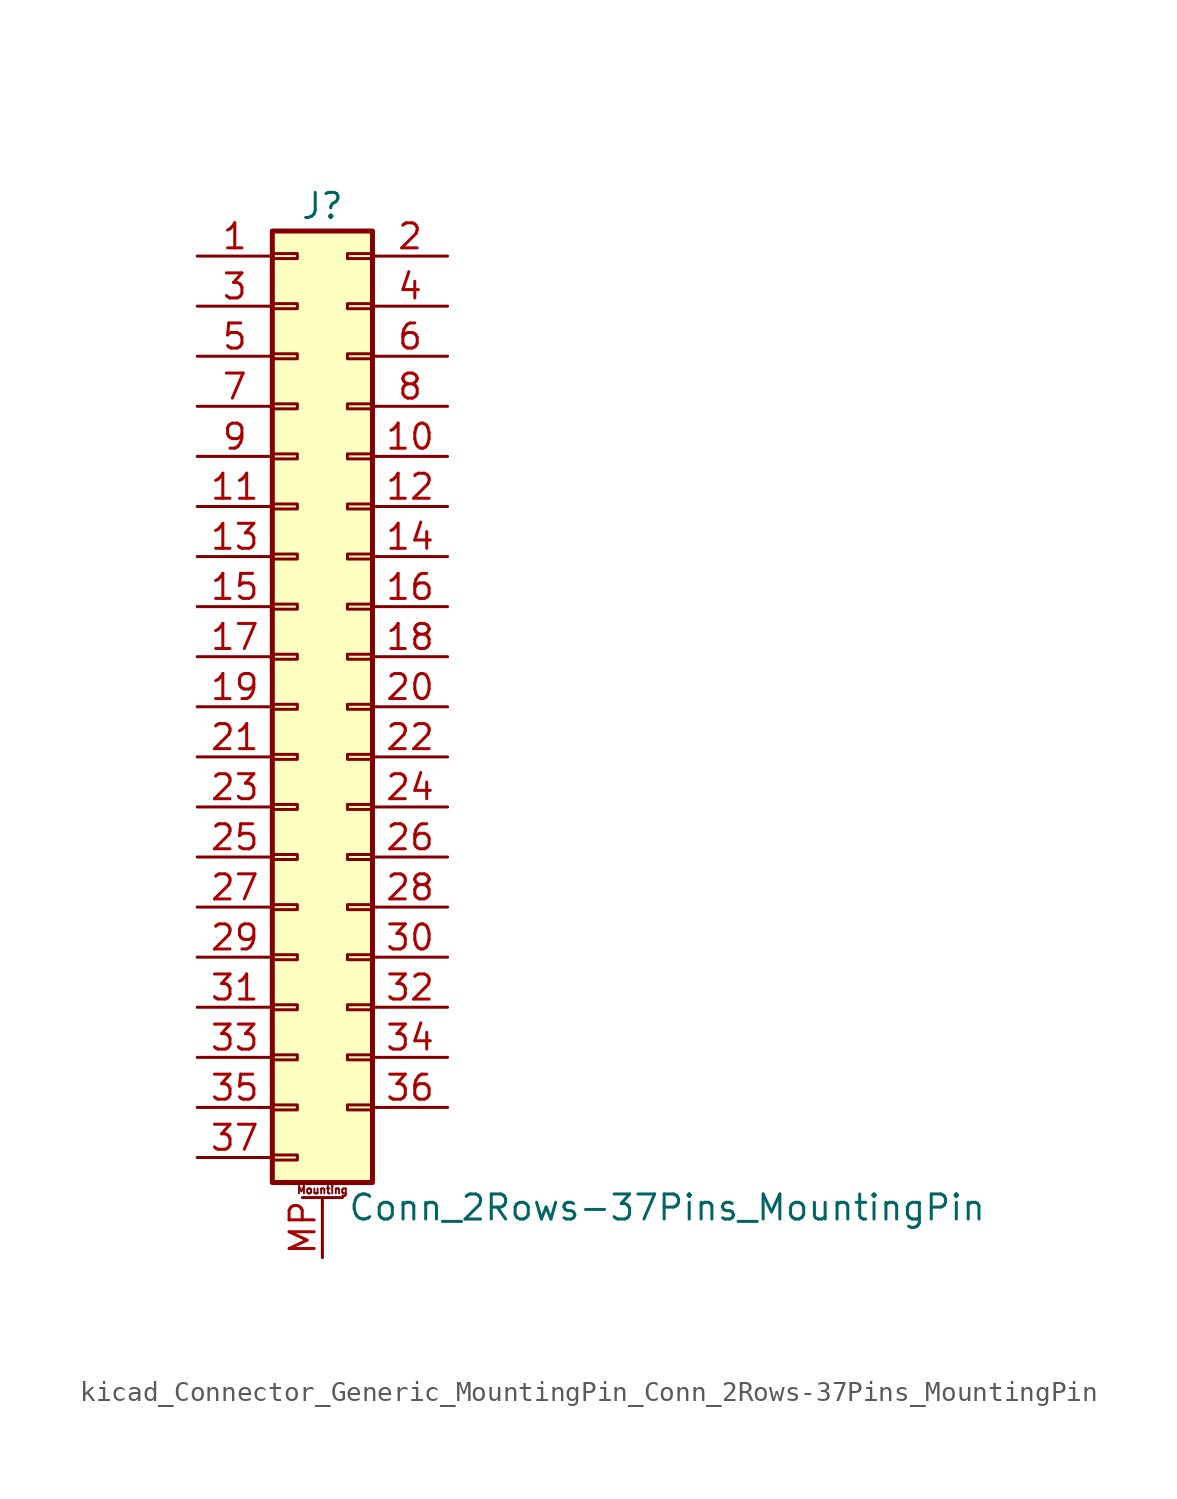
<source format=kicad_sym>
(kicad_symbol_lib
  (version 20220914)
  (generator kicad_symbol_editor)
  (symbol "kicad_Connector_Generic_MountingPin_Conn_2Rows-37Pins_MountingPin"
    (pin_names
      (offset 1.016) hide)
    (property "Reference" "J"
      (at 1.27 25.4 0)
      (effects (font (size 1.27 1.27))))
    (property "Value" "Conn_2Rows-37Pins_MountingPin"
      (at 2.54 -25.4 0)
      (effects (font (size 1.27 1.27)) (justify left)))
    (symbol "kicad_Connector_Generic_MountingPin_Conn_2Rows-37Pins_MountingPin_1_1"
      (rectangle (start -1.27 -22.733) (end 0 -22.987) (stroke (width 0.152) (type default)) (fill (type none)))
      (rectangle (start -1.27 -20.193) (end 0 -20.447) (stroke (width 0.152) (type default)) (fill (type none)))
      (rectangle (start -1.27 -17.653) (end 0 -17.907) (stroke (width 0.152) (type default)) (fill (type none)))
      (rectangle (start -1.27 -15.113) (end 0 -15.367) (stroke (width 0.152) (type default)) (fill (type none)))
      (rectangle (start -1.27 -12.573) (end 0 -12.827) (stroke (width 0.152) (type default)) (fill (type none)))
      (rectangle (start -1.27 -10.033) (end 0 -10.287) (stroke (width 0.152) (type default)) (fill (type none)))
      (rectangle (start -1.27 -7.493) (end 0 -7.747) (stroke (width 0.152) (type default)) (fill (type none)))
      (rectangle (start -1.27 -4.953) (end 0 -5.207) (stroke (width 0.152) (type default)) (fill (type none)))
      (rectangle (start -1.27 -2.413) (end 0 -2.667) (stroke (width 0.152) (type default)) (fill (type none)))
      (rectangle (start -1.27 0.127) (end 0 -0.127) (stroke (width 0.152) (type default)) (fill (type none)))
      (rectangle (start -1.27 2.667) (end 0 2.413) (stroke (width 0.152) (type default)) (fill (type none)))
      (rectangle (start -1.27 5.207) (end 0 4.953) (stroke (width 0.152) (type default)) (fill (type none)))
      (rectangle (start -1.27 7.747) (end 0 7.493) (stroke (width 0.152) (type default)) (fill (type none)))
      (rectangle (start -1.27 10.287) (end 0 10.033) (stroke (width 0.152) (type default)) (fill (type none)))
      (rectangle (start -1.27 12.827) (end 0 12.573) (stroke (width 0.152) (type default)) (fill (type none)))
      (rectangle (start -1.27 15.367) (end 0 15.113) (stroke (width 0.152) (type default)) (fill (type none)))
      (rectangle (start -1.27 17.907) (end 0 17.653) (stroke (width 0.152) (type default)) (fill (type none)))
      (rectangle (start -1.27 20.447) (end 0 20.193) (stroke (width 0.152) (type default)) (fill (type none)))
      (rectangle (start -1.27 22.987) (end 0 22.733) (stroke (width 0.152) (type default)) (fill (type none)))
      (rectangle (start -1.27 24.13) (end 3.81 -24.13) (stroke (width 0.254) (type default)) (fill (type background)))
      (polyline (pts (xy 0.254 -24.892) (xy 2.286 -24.892)) (stroke (width 0.152) (type default)) (fill (type none)))
      (rectangle (start 3.81 -20.193) (end 2.54 -20.447) (stroke (width 0.152) (type default)) (fill (type none)))
      (rectangle (start 3.81 -17.653) (end 2.54 -17.907) (stroke (width 0.152) (type default)) (fill (type none)))
      (rectangle (start 3.81 -15.113) (end 2.54 -15.367) (stroke (width 0.152) (type default)) (fill (type none)))
      (rectangle (start 3.81 -12.573) (end 2.54 -12.827) (stroke (width 0.152) (type default)) (fill (type none)))
      (rectangle (start 3.81 -10.033) (end 2.54 -10.287) (stroke (width 0.152) (type default)) (fill (type none)))
      (rectangle (start 3.81 -7.493) (end 2.54 -7.747) (stroke (width 0.152) (type default)) (fill (type none)))
      (rectangle (start 3.81 -4.953) (end 2.54 -5.207) (stroke (width 0.152) (type default)) (fill (type none)))
      (rectangle (start 3.81 -2.413) (end 2.54 -2.667) (stroke (width 0.152) (type default)) (fill (type none)))
      (rectangle (start 3.81 0.127) (end 2.54 -0.127) (stroke (width 0.152) (type default)) (fill (type none)))
      (rectangle (start 3.81 2.667) (end 2.54 2.413) (stroke (width 0.152) (type default)) (fill (type none)))
      (rectangle (start 3.81 5.207) (end 2.54 4.953) (stroke (width 0.152) (type default)) (fill (type none)))
      (rectangle (start 3.81 7.747) (end 2.54 7.493) (stroke (width 0.152) (type default)) (fill (type none)))
      (rectangle (start 3.81 10.287) (end 2.54 10.033) (stroke (width 0.152) (type default)) (fill (type none)))
      (rectangle (start 3.81 12.827) (end 2.54 12.573) (stroke (width 0.152) (type default)) (fill (type none)))
      (rectangle (start 3.81 15.367) (end 2.54 15.113) (stroke (width 0.152) (type default)) (fill (type none)))
      (rectangle (start 3.81 17.907) (end 2.54 17.653) (stroke (width 0.152) (type default)) (fill (type none)))
      (rectangle (start 3.81 20.447) (end 2.54 20.193) (stroke (width 0.152) (type default)) (fill (type none)))
      (rectangle (start 3.81 22.987) (end 2.54 22.733) (stroke (width 0.152) (type default)) (fill (type none)))
      (text "Mounting" (at 1.27 -24.511 0) (effects (font (size 0.381 0.381))))
      (pin passive line (at -5.08 22.86 0) (length 3.81) (name "Pin_1" (effects (font (size 1.27 1.27)))) (number "1" (effects (font (size 1.27 1.27)))))
      (pin passive line (at 7.62 12.7 180) (length 3.81) (name "Pin_10" (effects (font (size 1.27 1.27)))) (number "10" (effects (font (size 1.27 1.27)))))
      (pin passive line (at -5.08 10.16 0) (length 3.81) (name "Pin_11" (effects (font (size 1.27 1.27)))) (number "11" (effects (font (size 1.27 1.27)))))
      (pin passive line (at 7.62 10.16 180) (length 3.81) (name "Pin_12" (effects (font (size 1.27 1.27)))) (number "12" (effects (font (size 1.27 1.27)))))
      (pin passive line (at -5.08 7.62 0) (length 3.81) (name "Pin_13" (effects (font (size 1.27 1.27)))) (number "13" (effects (font (size 1.27 1.27)))))
      (pin passive line (at 7.62 7.62 180) (length 3.81) (name "Pin_14" (effects (font (size 1.27 1.27)))) (number "14" (effects (font (size 1.27 1.27)))))
      (pin passive line (at -5.08 5.08 0) (length 3.81) (name "Pin_15" (effects (font (size 1.27 1.27)))) (number "15" (effects (font (size 1.27 1.27)))))
      (pin passive line (at 7.62 5.08 180) (length 3.81) (name "Pin_16" (effects (font (size 1.27 1.27)))) (number "16" (effects (font (size 1.27 1.27)))))
      (pin passive line (at -5.08 2.54 0) (length 3.81) (name "Pin_17" (effects (font (size 1.27 1.27)))) (number "17" (effects (font (size 1.27 1.27)))))
      (pin passive line (at 7.62 2.54 180) (length 3.81) (name "Pin_18" (effects (font (size 1.27 1.27)))) (number "18" (effects (font (size 1.27 1.27)))))
      (pin passive line (at -5.08 0 0) (length 3.81) (name "Pin_19" (effects (font (size 1.27 1.27)))) (number "19" (effects (font (size 1.27 1.27)))))
      (pin passive line (at 7.62 22.86 180) (length 3.81) (name "Pin_2" (effects (font (size 1.27 1.27)))) (number "2" (effects (font (size 1.27 1.27)))))
      (pin passive line (at 7.62 0 180) (length 3.81) (name "Pin_20" (effects (font (size 1.27 1.27)))) (number "20" (effects (font (size 1.27 1.27)))))
      (pin passive line (at -5.08 -2.54 0) (length 3.81) (name "Pin_21" (effects (font (size 1.27 1.27)))) (number "21" (effects (font (size 1.27 1.27)))))
      (pin passive line (at 7.62 -2.54 180) (length 3.81) (name "Pin_22" (effects (font (size 1.27 1.27)))) (number "22" (effects (font (size 1.27 1.27)))))
      (pin passive line (at -5.08 -5.08 0) (length 3.81) (name "Pin_23" (effects (font (size 1.27 1.27)))) (number "23" (effects (font (size 1.27 1.27)))))
      (pin passive line (at 7.62 -5.08 180) (length 3.81) (name "Pin_24" (effects (font (size 1.27 1.27)))) (number "24" (effects (font (size 1.27 1.27)))))
      (pin passive line (at -5.08 -7.62 0) (length 3.81) (name "Pin_25" (effects (font (size 1.27 1.27)))) (number "25" (effects (font (size 1.27 1.27)))))
      (pin passive line (at 7.62 -7.62 180) (length 3.81) (name "Pin_26" (effects (font (size 1.27 1.27)))) (number "26" (effects (font (size 1.27 1.27)))))
      (pin passive line (at -5.08 -10.16 0) (length 3.81) (name "Pin_27" (effects (font (size 1.27 1.27)))) (number "27" (effects (font (size 1.27 1.27)))))
      (pin passive line (at 7.62 -10.16 180) (length 3.81) (name "Pin_28" (effects (font (size 1.27 1.27)))) (number "28" (effects (font (size 1.27 1.27)))))
      (pin passive line (at -5.08 -12.7 0) (length 3.81) (name "Pin_29" (effects (font (size 1.27 1.27)))) (number "29" (effects (font (size 1.27 1.27)))))
      (pin passive line (at -5.08 20.32 0) (length 3.81) (name "Pin_3" (effects (font (size 1.27 1.27)))) (number "3" (effects (font (size 1.27 1.27)))))
      (pin passive line (at 7.62 -12.7 180) (length 3.81) (name "Pin_30" (effects (font (size 1.27 1.27)))) (number "30" (effects (font (size 1.27 1.27)))))
      (pin passive line (at -5.08 -15.24 0) (length 3.81) (name "Pin_31" (effects (font (size 1.27 1.27)))) (number "31" (effects (font (size 1.27 1.27)))))
      (pin passive line (at 7.62 -15.24 180) (length 3.81) (name "Pin_32" (effects (font (size 1.27 1.27)))) (number "32" (effects (font (size 1.27 1.27)))))
      (pin passive line (at -5.08 -17.78 0) (length 3.81) (name "Pin_33" (effects (font (size 1.27 1.27)))) (number "33" (effects (font (size 1.27 1.27)))))
      (pin passive line (at 7.62 -17.78 180) (length 3.81) (name "Pin_34" (effects (font (size 1.27 1.27)))) (number "34" (effects (font (size 1.27 1.27)))))
      (pin passive line (at -5.08 -20.32 0) (length 3.81) (name "Pin_35" (effects (font (size 1.27 1.27)))) (number "35" (effects (font (size 1.27 1.27)))))
      (pin passive line (at 7.62 -20.32 180) (length 3.81) (name "Pin_36" (effects (font (size 1.27 1.27)))) (number "36" (effects (font (size 1.27 1.27)))))
      (pin passive line (at -5.08 -22.86 0) (length 3.81) (name "Pin_37" (effects (font (size 1.27 1.27)))) (number "37" (effects (font (size 1.27 1.27)))))
      (pin passive line (at 7.62 20.32 180) (length 3.81) (name "Pin_4" (effects (font (size 1.27 1.27)))) (number "4" (effects (font (size 1.27 1.27)))))
      (pin passive line (at -5.08 17.78 0) (length 3.81) (name "Pin_5" (effects (font (size 1.27 1.27)))) (number "5" (effects (font (size 1.27 1.27)))))
      (pin passive line (at 7.62 17.78 180) (length 3.81) (name "Pin_6" (effects (font (size 1.27 1.27)))) (number "6" (effects (font (size 1.27 1.27)))))
      (pin passive line (at -5.08 15.24 0) (length 3.81) (name "Pin_7" (effects (font (size 1.27 1.27)))) (number "7" (effects (font (size 1.27 1.27)))))
      (pin passive line (at 7.62 15.24 180) (length 3.81) (name "Pin_8" (effects (font (size 1.27 1.27)))) (number "8" (effects (font (size 1.27 1.27)))))
      (pin passive line (at -5.08 12.7 0) (length 3.81) (name "Pin_9" (effects (font (size 1.27 1.27)))) (number "9" (effects (font (size 1.27 1.27)))))
      (pin passive line (at 1.27 -27.94 90) (length 3.048) (name "MountPin" (effects (font (size 1.27 1.27)))) (number "MP" (effects (font (size 1.27 1.27))))))))
</source>
